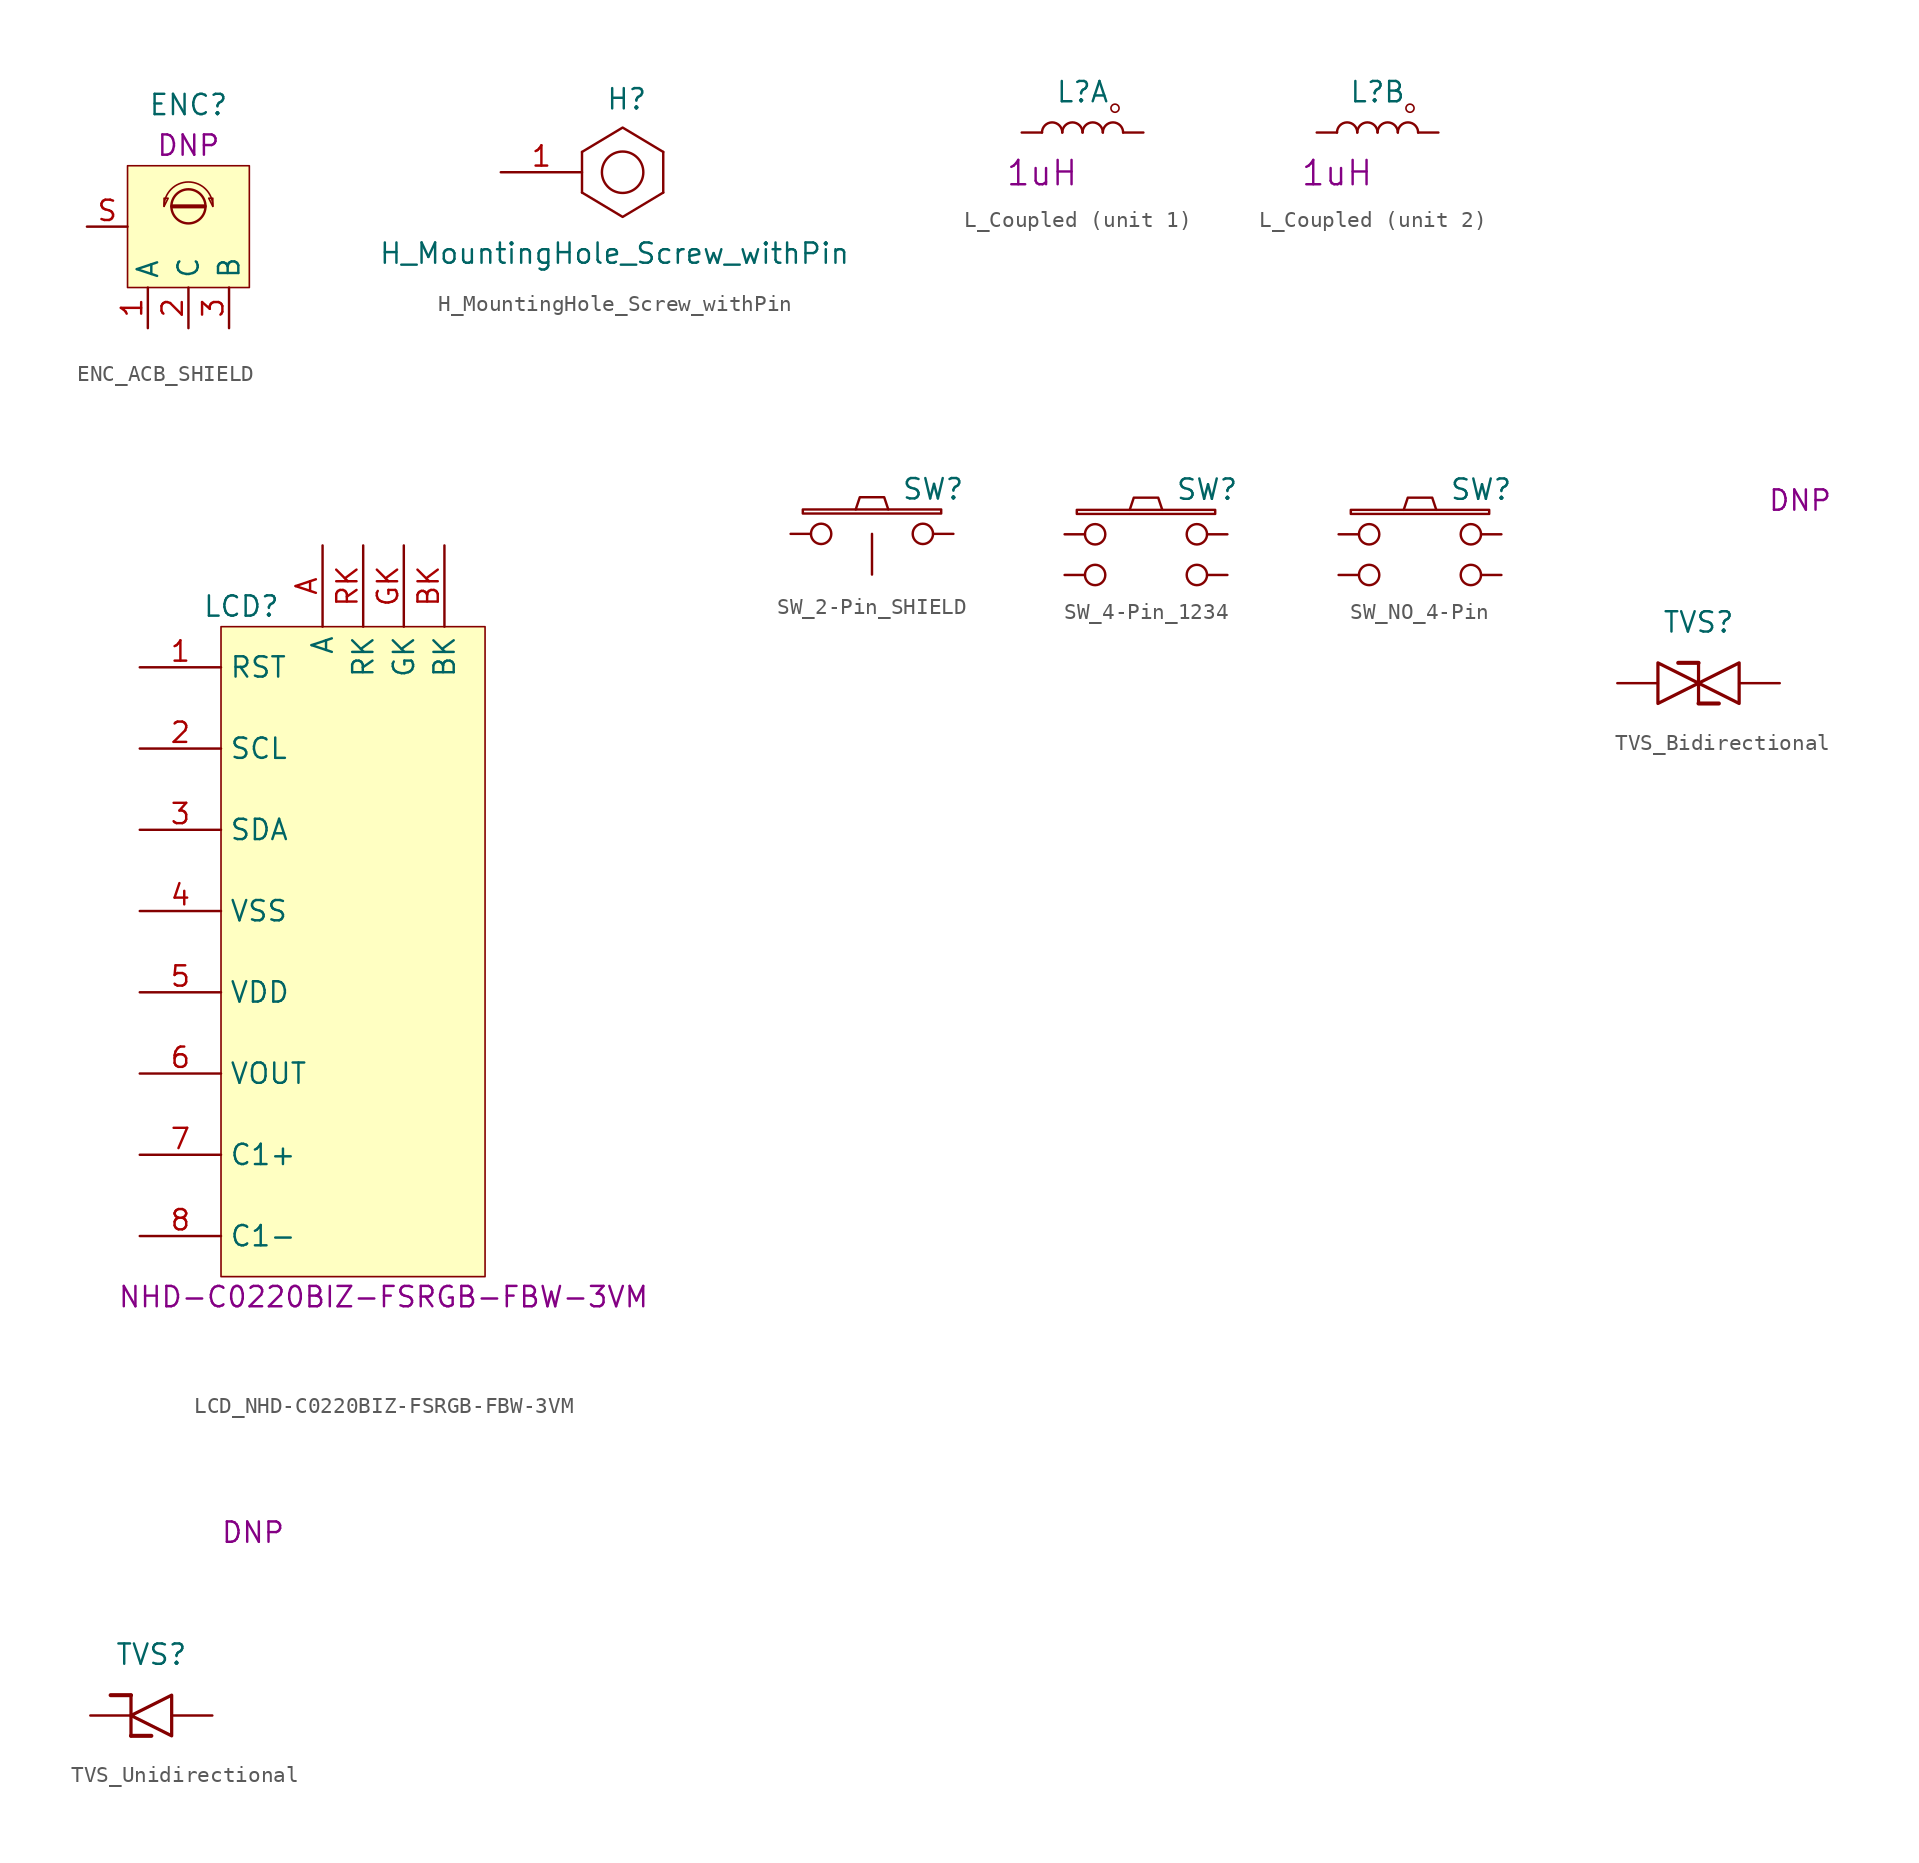
<source format=kicad_sym>
(kicad_symbol_lib
  (version 20211014)
  (generator kicad_symbol_editor)
  (symbol "ENC_ACB_SHIELD"
    (property "Reference" "ENC"
      (at 0 7.62 0)
      (effects (font (size 1.27 1.27))))
    (property "MPN" "DNP"
      (at 0 5.08 0)
      (effects (font (size 1.27 1.27))))
    (symbol "ENC_ACB_SHIELD_0_1"
      (rectangle (start -3.81 -3.81) (end 3.81 3.81) (stroke (width 0.102) (type default) (color 0 0 0 0)) (fill (type background)))
      (polyline (pts (xy -1.016 1.27) (xy 1.016 1.27)) (stroke (width 0.254) (type default) (color 0 0 0 0)) (fill (type none)))
      (polyline (pts (xy -1.524 1.27) (xy -1.27 1.778) (xy -1.524 1.778) (xy -1.524 1.27)) (stroke (width 0.102) (type default) (color 0 0 0 0)) (fill (type none)))
      (polyline (pts (xy 1.524 1.27) (xy 1.27 1.778) (xy 1.524 1.778) (xy 1.524 1.27)) (stroke (width 0.102) (type default) (color 0 0 0 0)) (fill (type none)))
      (circle (center 0 1.27) (radius 1.067) (stroke (width 0) (type default) (color 0 0 0 0)) (fill (type none)))
      (arc (start 1.524 1.27) (mid 0 2.794) (end -1.524 1.27) (stroke (width 0.1016) (type default) (color 0 0 0 0)) (fill (type none))))
    (symbol "ENC_ACB_SHIELD_1_1"
      (pin input line (at -2.54 -6.35 90) (length 2.54) (name "A" (effects (font (size 1.27 1.27)))) (number "1" (effects (font (size 1.27 1.27)))))
      (pin input line (at 0 -6.35 90) (length 2.54) (name "C" (effects (font (size 1.27 1.27)))) (number "2" (effects (font (size 1.27 1.27)))))
      (pin input line (at 2.54 -6.35 90) (length 2.54) (name "B" (effects (font (size 1.27 1.27)))) (number "3" (effects (font (size 1.27 1.27)))))
      (pin input line (at -6.35 0 0) (length 2.54) (name "~" (effects (font (size 1.27 1.27)))) (number "S" (effects (font (size 1.27 1.27)))))))
  (symbol "H_MountingHole_Screw_withPin"
    (property "Reference" "H"
      (at 0.254 4.572 0)
      (effects (font (size 1.27 1.27))))
    (property "Value" "H_MountingHole_Screw_withPin"
      (at -0.508 -5.08 0)
      (effects (font (size 1.27 1.27))))
    (symbol "H_MountingHole_Screw_withPin_0_1"
      (polyline (pts (xy -2.54 1.27) (xy -2.54 -1.27)) (stroke (width 0) (type default) (color 0 0 0 0)) (fill (type none)))
      (polyline (pts (xy 2.54 1.27) (xy 2.54 -1.27)) (stroke (width 0) (type default) (color 0 0 0 0)) (fill (type none)))
      (polyline (pts (xy -2.54 1.27) (xy 0 2.794) (xy 2.54 1.27)) (stroke (width 0) (type default) (color 0 0 0 0)) (fill (type none)))
      (polyline (pts (xy 2.54 -1.27) (xy 0 -2.794) (xy -2.54 -1.27)) (stroke (width 0) (type default) (color 0 0 0 0)) (fill (type none)))
      (circle (center 0 0) (radius 1.295) (stroke (width 0) (type default) (color 0 0 0 0)) (fill (type none))))
    (symbol "H_MountingHole_Screw_withPin_1_1"
      (pin input line (at -7.62 0 0) (length 5.08) (name "~" (effects (font (size 1.27 1.27)))) (number "1" (effects (font (size 1.27 1.27)))))))
  (symbol "L_Coupled"
    (pin_numbers hide)
    (pin_names
      (offset 1.016) hide)
    (property "Reference" "L"
      (at 0 2.54 0)
      (effects (font (size 1.27 1.27))))
    (property "Footprint" ""
      (at 0 0 90)
      (effects (font (size 1.27 1.27))))
    (property "Datasheet" ""
      (at 0 0 90)
      (effects (font (size 1.27 1.27))))
    (property "Inductance" "1uH"
      (at -2.54 -2.54 0)
      (effects (font (size 1.524 1.524))))
    (symbol "L_Coupled_0_1"
      (arc (start -1.27 0) (mid -1.905 0.635) (end -2.54 0) (stroke (width 0) (type default) (color 0 0 0 0)) (fill (type none)))
      (arc (start 0 0) (mid -0.635 0.635) (end -1.27 0) (stroke (width 0) (type default) (color 0 0 0 0)) (fill (type none)))
      (arc (start 1.27 0) (mid 0.635 0.635) (end 0 0) (stroke (width 0) (type default) (color 0 0 0 0)) (fill (type none)))
      (circle (center 2.032 1.524) (radius 0.254) (stroke (width 0.102) (type default) (color 0 0 0 0)) (fill (type none)))
      (arc (start 2.54 0) (mid 1.905 0.635) (end 1.27 0) (stroke (width 0) (type default) (color 0 0 0 0)) (fill (type none))))
    (symbol "L_Coupled_1_1"
      (pin passive line (at -3.81 0 0) (length 1.27) (name "1" (effects (font (size 1.27 1.27)))) (number "1" (effects (font (size 1.27 1.27)))))
      (pin passive line (at 3.81 0 180) (length 1.27) (name "2" (effects (font (size 1.27 1.27)))) (number "2" (effects (font (size 1.27 1.27))))))
    (symbol "L_Coupled_2_1"
      (pin passive line (at -3.81 0 0) (length 1.27) (name "1" (effects (font (size 1.27 1.27)))) (number "1" (effects (font (size 1.27 1.27)))))
      (pin passive line (at 3.81 0 180) (length 1.27) (name "2" (effects (font (size 1.27 1.27)))) (number "2" (effects (font (size 1.27 1.27)))))))
  (symbol "LCD_NHD-C0220BIZ-FSRGB-FBW-3VM"
    (property "Reference" "LCD"
      (at -7.62 21.59 0)
      (effects (font (size 1.27 1.27))))
    (property "MPN" "NHD-C0220BIZ-FSRGB-FBW-3VM"
      (at 1.27 -21.59 0)
      (effects (font (size 1.27 1.27))))
    (symbol "LCD_NHD-C0220BIZ-FSRGB-FBW-3VM_0_1"
      (rectangle (start -8.89 20.32) (end 7.62 -20.32) (stroke (width 0.102) (type default) (color 0 0 0 0)) (fill (type background))))
    (symbol "LCD_NHD-C0220BIZ-FSRGB-FBW-3VM_1_1"
      (pin input line (at -13.97 17.78 0) (length 5.08) (name "RST" (effects (font (size 1.27 1.27)))) (number "1" (effects (font (size 1.27 1.27)))))
      (pin bidirectional line (at -13.97 12.7 0) (length 5.08) (name "SCL" (effects (font (size 1.27 1.27)))) (number "2" (effects (font (size 1.27 1.27)))))
      (pin bidirectional line (at -13.97 7.62 0) (length 5.08) (name "SDA" (effects (font (size 1.27 1.27)))) (number "3" (effects (font (size 1.27 1.27)))))
      (pin power_in line (at -13.97 2.54 0) (length 5.08) (name "VSS" (effects (font (size 1.27 1.27)))) (number "4" (effects (font (size 1.27 1.27)))))
      (pin power_in line (at -13.97 -2.54 0) (length 5.08) (name "VDD" (effects (font (size 1.27 1.27)))) (number "5" (effects (font (size 1.27 1.27)))))
      (pin power_out line (at -13.97 -7.62 0) (length 5.08) (name "VOUT" (effects (font (size 1.27 1.27)))) (number "6" (effects (font (size 1.27 1.27)))))
      (pin bidirectional line (at -13.97 -12.7 0) (length 5.08) (name "C1+" (effects (font (size 1.27 1.27)))) (number "7" (effects (font (size 1.27 1.27)))))
      (pin bidirectional line (at -13.97 -17.78 0) (length 5.08) (name "C1-" (effects (font (size 1.27 1.27)))) (number "8" (effects (font (size 1.27 1.27)))))
      (pin input line (at -2.54 25.4 270) (length 5.08) (name "A" (effects (font (size 1.27 1.27)))) (number "A" (effects (font (size 1.27 1.27)))))
      (pin output line (at 5.08 25.4 270) (length 5.08) (name "BK" (effects (font (size 1.27 1.27)))) (number "BK" (effects (font (size 1.27 1.27)))))
      (pin output line (at 2.54 25.4 270) (length 5.08) (name "GK" (effects (font (size 1.27 1.27)))) (number "GK" (effects (font (size 1.27 1.27)))))
      (pin output line (at 0 25.4 270) (length 5.08) (name "RK" (effects (font (size 1.27 1.27)))) (number "RK" (effects (font (size 1.27 1.27)))))))
  (symbol "SW_2-Pin_SHIELD"
    (pin_numbers hide)
    (pin_names hide)
    (property "Reference" "SW"
      (at 3.81 2.794 0)
      (effects (font (size 1.27 1.27))))
    (symbol "SW_2-Pin_SHIELD_0_1"
      (rectangle (start -4.318 1.27) (end 4.318 1.524) (stroke (width 0) (type default) (color 0 0 0 0)) (fill (type none)))
      (polyline (pts (xy -1.016 1.524) (xy -0.762 2.286) (xy 0.762 2.286) (xy 1.016 1.524)) (stroke (width 0) (type default) (color 0 0 0 0)) (fill (type none)))
      (pin bidirectional inverted (at -5.08 0 0) (length 2.54) (name "in" (effects (font (size 1.27 1.27)))) (number "1" (effects (font (size 1.27 1.27)))))
      (pin bidirectional inverted (at 5.08 0 180) (length 2.54) (name "out" (effects (font (size 1.27 1.27)))) (number "2" (effects (font (size 1.27 1.27)))))
      (pin bidirectional line (at 0 -2.54 90) (length 2.54) (name "shield" (effects (font (size 1.27 1.27)))) (number "3" (effects (font (size 1.27 1.27)))))))
  (symbol "SW_4-Pin_1234"
    (pin_numbers hide)
    (pin_names hide)
    (property "Reference" "SW"
      (at 3.81 2.794 0)
      (effects (font (size 1.27 1.27))))
    (symbol "SW_4-Pin_1234_0_1"
      (rectangle (start -4.318 1.27) (end 4.318 1.524) (stroke (width 0) (type default) (color 0 0 0 0)) (fill (type none)))
      (polyline (pts (xy -1.016 1.524) (xy -0.762 2.286) (xy 0.762 2.286) (xy 1.016 1.524)) (stroke (width 0) (type default) (color 0 0 0 0)) (fill (type none)))
      (pin bidirectional inverted (at -5.08 0 0) (length 2.54) (name "in" (effects (font (size 1.27 1.27)))) (number "1" (effects (font (size 1.27 1.27)))))
      (pin bidirectional inverted (at 5.08 0 180) (length 2.54) (name "out" (effects (font (size 1.27 1.27)))) (number "2" (effects (font (size 1.27 1.27)))))
      (pin bidirectional inverted (at -5.08 -2.54 0) (length 2.54) (name "in" (effects (font (size 1.27 1.27)))) (number "3" (effects (font (size 1.27 1.27)))))
      (pin bidirectional inverted (at 5.08 -2.54 180) (length 2.54) (name "out" (effects (font (size 1.27 1.27)))) (number "4" (effects (font (size 1.27 1.27)))))))
  (symbol "SW_NO_4-Pin"
    (pin_numbers hide)
    (pin_names hide)
    (property "Reference" "SW"
      (at 3.81 2.794 0)
      (effects (font (size 1.27 1.27))))
    (symbol "SW_NO_4-Pin_0_1"
      (rectangle (start -4.318 1.27) (end 4.318 1.524) (stroke (width 0) (type default) (color 0 0 0 0)) (fill (type none)))
      (polyline (pts (xy -1.016 1.524) (xy -0.762 2.286) (xy 0.762 2.286) (xy 1.016 1.524)) (stroke (width 0) (type default) (color 0 0 0 0)) (fill (type none)))
      (pin bidirectional inverted (at -5.08 0 0) (length 2.54) (name "in" (effects (font (size 1.27 1.27)))) (number "1" (effects (font (size 1.27 1.27)))))
      (pin bidirectional inverted (at -5.08 -2.54 0) (length 2.54) (name "in" (effects (font (size 1.27 1.27)))) (number "2" (effects (font (size 1.27 1.27)))))
      (pin bidirectional inverted (at 5.08 0 180) (length 2.54) (name "out" (effects (font (size 1.27 1.27)))) (number "3" (effects (font (size 1.27 1.27)))))
      (pin bidirectional inverted (at 5.08 -2.54 180) (length 2.54) (name "out" (effects (font (size 1.27 1.27)))) (number "4" (effects (font (size 1.27 1.27)))))))
  (symbol "TVS_Bidirectional"
    (pin_numbers hide)
    (pin_names hide)
    (property "Reference" "TVS"
      (at 0 3.81 0)
      (effects (font (size 1.27 1.27))))
    (property "MPN" "DNP"
      (at 6.35 11.43 0)
      (effects (font (size 1.27 1.27))))
    (symbol "TVS_Bidirectional_0_1"
      (polyline (pts (xy 0 -1.27) (xy 1.27 -1.27)) (stroke (width 0.254) (type default) (color 0 0 0 0)) (fill (type none)))
      (polyline (pts (xy 0 1.27) (xy -1.27 1.27)) (stroke (width 0.254) (type default) (color 0 0 0 0)) (fill (type none)))
      (polyline (pts (xy 0 1.27) (xy 0 -1.27)) (stroke (width 0.203) (type default) (color 0 0 0 0)) (fill (type none)))
      (polyline (pts (xy 0 0) (xy -2.54 1.27) (xy -2.54 -1.27) (xy 0 0)) (stroke (width 0.203) (type default) (color 0 0 0 0)) (fill (type none)))
      (polyline (pts (xy 2.54 1.27) (xy 2.54 -1.27) (xy 0 0) (xy 2.54 1.27)) (stroke (width 0.203) (type default) (color 0 0 0 0)) (fill (type none))))
    (symbol "TVS_Bidirectional_1_1"
      (pin passive line (at 5.08 0 180) (length 2.54) (name "A" (effects (font (size 1.27 1.27)))) (number "A" (effects (font (size 1.27 1.27)))))
      (pin passive line (at -5.08 0 0) (length 2.54) (name "K" (effects (font (size 1.27 1.27)))) (number "K" (effects (font (size 1.27 1.27)))))))
  (symbol "TVS_Unidirectional"
    (pin_numbers hide)
    (pin_names hide)
    (property "Reference" "TVS"
      (at 0 3.81 0)
      (effects (font (size 1.27 1.27))))
    (property "MPN" "DNP"
      (at 6.35 11.43 0)
      (effects (font (size 1.27 1.27))))
    (symbol "TVS_Unidirectional_0_1"
      (polyline (pts (xy -1.27 -1.27) (xy -1.27 1.27)) (stroke (width 0.203) (type default) (color 0 0 0 0)) (fill (type none)))
      (polyline (pts (xy -1.27 -1.27) (xy 0 -1.27)) (stroke (width 0.254) (type default) (color 0 0 0 0)) (fill (type none)))
      (polyline (pts (xy -1.27 1.27) (xy -2.54 1.27)) (stroke (width 0.254) (type default) (color 0 0 0 0)) (fill (type none)))
      (polyline (pts (xy -1.27 0) (xy 1.27 -1.27) (xy 1.27 1.27) (xy -1.27 0)) (stroke (width 0.203) (type default) (color 0 0 0 0)) (fill (type none))))
    (symbol "TVS_Unidirectional_1_1"
      (pin passive line (at 3.81 0 180) (length 2.54) (name "A" (effects (font (size 1.27 1.27)))) (number "A" (effects (font (size 1.27 1.27)))))
      (pin passive line (at -3.81 0 0) (length 2.54) (name "K" (effects (font (size 1.27 1.27)))) (number "K" (effects (font (size 1.27 1.27))))))))
</source>
